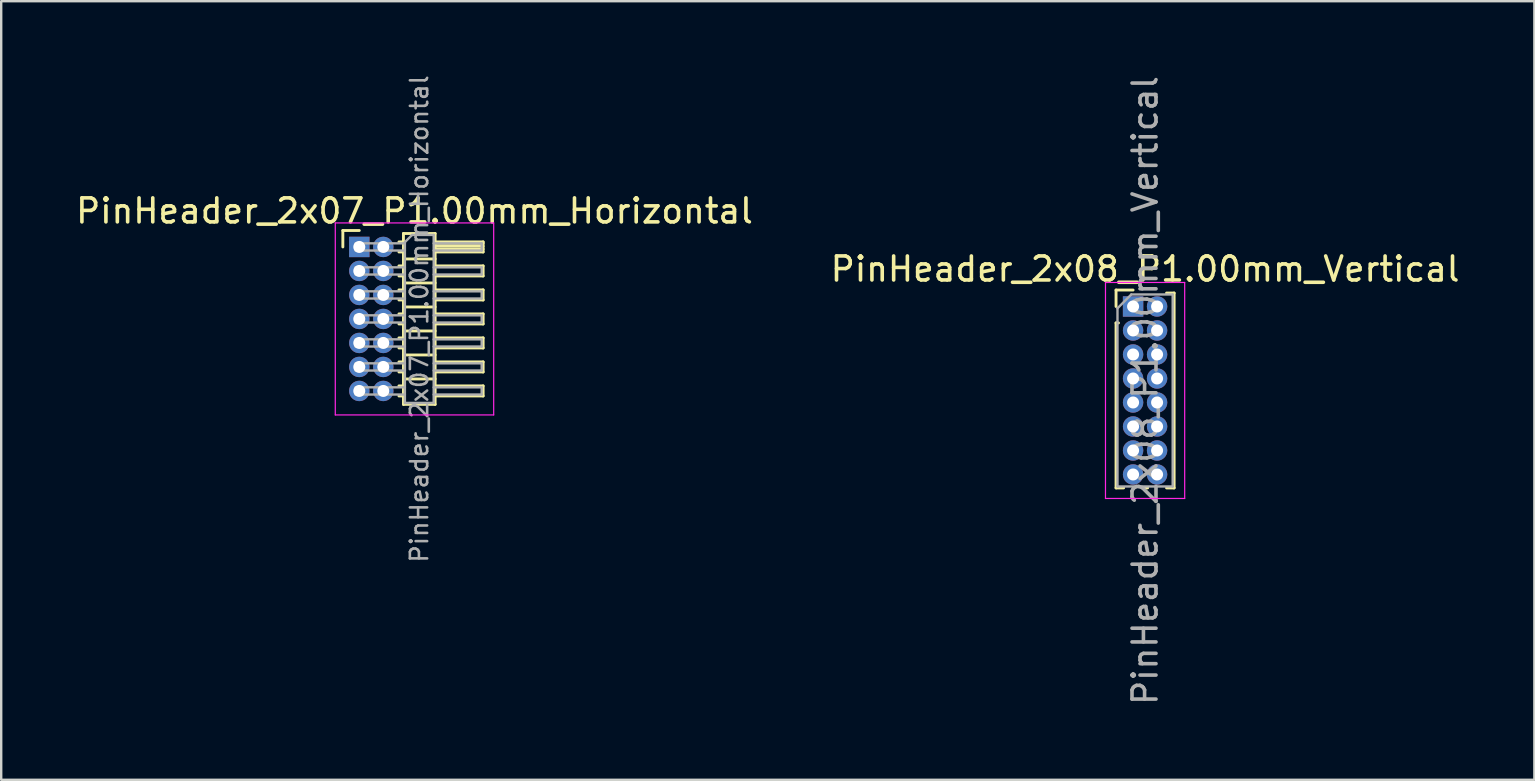
<source format=kicad_pcb>
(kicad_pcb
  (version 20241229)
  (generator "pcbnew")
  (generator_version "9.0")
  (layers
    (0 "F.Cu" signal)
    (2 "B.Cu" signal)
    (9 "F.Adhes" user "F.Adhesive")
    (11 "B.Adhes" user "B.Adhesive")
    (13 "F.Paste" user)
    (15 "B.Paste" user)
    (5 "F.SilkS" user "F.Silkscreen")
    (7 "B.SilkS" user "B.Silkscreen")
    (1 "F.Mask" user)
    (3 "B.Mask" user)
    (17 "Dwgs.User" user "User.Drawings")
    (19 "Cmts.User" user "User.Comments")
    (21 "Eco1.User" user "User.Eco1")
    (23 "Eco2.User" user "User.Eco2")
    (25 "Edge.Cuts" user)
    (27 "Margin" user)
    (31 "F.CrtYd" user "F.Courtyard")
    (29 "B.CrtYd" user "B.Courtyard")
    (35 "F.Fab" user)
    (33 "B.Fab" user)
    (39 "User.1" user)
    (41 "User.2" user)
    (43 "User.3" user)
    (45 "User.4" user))
  (footprint "PinHeader_2x08_P1.00mm_Vertical"
    (layer "F.Cu")
    (at 44.161 9.72)
    (property "Reference" "PinHeader_2x08_P1.00mm_Vertical" (at 0.5 -1.56 0) (layer "F.SilkS") (effects (font (size 1 1) (thickness 0.15))))
    (attr through_hole)
    (fp_line (start -0.71 -0.685) (end 0 -0.685) (stroke (width 0.12) (type solid)) (layer "F.SilkS"))
    (fp_line (start -0.71 0) (end -0.71 -0.685) (stroke (width 0.12) (type solid)) (layer "F.SilkS"))
    (fp_line (start -0.71 0.685) (end -0.71 7.56) (stroke (width 0.12) (type solid)) (layer "F.SilkS"))
    (fp_line (start -0.71 0.685) (end -0.608 0.685) (stroke (width 0.12) (type solid)) (layer "F.SilkS"))
    (fp_line (start -0.71 7.56) (end -0.394 7.56) (stroke (width 0.12) (type solid)) (layer "F.SilkS"))
    (fp_line (start 0.394 7.56) (end 0.606 7.56) (stroke (width 0.12) (type solid)) (layer "F.SilkS"))
    (fp_line (start 1.394 -0.56) (end 1.71 -0.56) (stroke (width 0.12) (type solid)) (layer "F.SilkS"))
    (fp_line (start 1.394 7.56) (end 1.71 7.56) (stroke (width 0.12) (type solid)) (layer "F.SilkS"))
    (fp_line (start 1.71 -0.56) (end 1.71 7.56) (stroke (width 0.12) (type solid)) (layer "F.SilkS"))
    (fp_line (start -1.15 -1) (end -1.15 8) (stroke (width 0.05) (type solid)) (layer "F.CrtYd"))
    (fp_line (start -1.15 8) (end 2.15 8) (stroke (width 0.05) (type solid)) (layer "F.CrtYd"))
    (fp_line (start 2.15 -1) (end -1.15 -1) (stroke (width 0.05) (type solid)) (layer "F.CrtYd"))
    (fp_line (start 2.15 8) (end 2.15 -1) (stroke (width 0.05) (type solid)) (layer "F.CrtYd"))
    (fp_line (start -0.65 0.075) (end -0.075 -0.5) (stroke (width 0.1) (type solid)) (layer "F.Fab"))
    (fp_line (start -0.65 7.5) (end -0.65 0.075) (stroke (width 0.1) (type solid)) (layer "F.Fab"))
    (fp_line (start -0.075 -0.5) (end 1.65 -0.5) (stroke (width 0.1) (type solid)) (layer "F.Fab"))
    (fp_line (start 1.65 -0.5) (end 1.65 7.5) (stroke (width 0.1) (type solid)) (layer "F.Fab"))
    (fp_line (start 1.65 7.5) (end -0.65 7.5) (stroke (width 0.1) (type solid)) (layer "F.Fab"))
    (fp_text user "${REFERENCE}" (at 0.5 3.5 90) (layer "F.Fab") (effects (font (size 1 1) (thickness 0.15))))
    (pad "1" thru_hole rect (at 0 0) (size 0.85 0.85) (drill 0.5) (layers "*.Cu" "*.Mask"))
    (pad "2" thru_hole oval (at 1 0) (size 0.85 0.85) (drill 0.5) (layers "*.Cu" "*.Mask"))
    (pad "3" thru_hole oval (at 0 1) (size 0.85 0.85) (drill 0.5) (layers "*.Cu" "*.Mask"))
    (pad "4" thru_hole oval (at 1 1) (size 0.85 0.85) (drill 0.5) (layers "*.Cu" "*.Mask"))
    (pad "5" thru_hole oval (at 0 2) (size 0.85 0.85) (drill 0.5) (layers "*.Cu" "*.Mask"))
    (pad "6" thru_hole oval (at 1 2) (size 0.85 0.85) (drill 0.5) (layers "*.Cu" "*.Mask"))
    (pad "7" thru_hole oval (at 0 3) (size 0.85 0.85) (drill 0.5) (layers "*.Cu" "*.Mask"))
    (pad "8" thru_hole oval (at 1 3) (size 0.85 0.85) (drill 0.5) (layers "*.Cu" "*.Mask"))
    (pad "9" thru_hole oval (at 0 4) (size 0.85 0.85) (drill 0.5) (layers "*.Cu" "*.Mask"))
    (pad "10" thru_hole oval (at 1 4) (size 0.85 0.85) (drill 0.5) (layers "*.Cu" "*.Mask"))
    (pad "11" thru_hole oval (at 0 5) (size 0.85 0.85) (drill 0.5) (layers "*.Cu" "*.Mask"))
    (pad "12" thru_hole oval (at 1 5) (size 0.85 0.85) (drill 0.5) (layers "*.Cu" "*.Mask"))
    (pad "13" thru_hole oval (at 0 6) (size 0.85 0.85) (drill 0.5) (layers "*.Cu" "*.Mask"))
    (pad "14" thru_hole oval (at 1 6) (size 0.85 0.85) (drill 0.5) (layers "*.Cu" "*.Mask"))
    (pad "15" thru_hole oval (at 0 7) (size 0.85 0.85) (drill 0.5) (layers "*.Cu" "*.Mask"))
    (pad "16" thru_hole oval (at 1 7) (size 0.85 0.85) (drill 0.5) (layers "*.Cu" "*.Mask")))
  (footprint "PinHeader_2x07_P1.00mm_Horizontal"
    (layer "F.Cu")
    (at 11.92 7.239)
    (property "Reference" "PinHeader_2x07_P1.00mm_Horizontal" (at 2.3 -1.5 0) (layer "F.SilkS") (effects (font (size 1 1) (thickness 0.15))))
    (attr through_hole)
    (fp_line (start -0.685 -0.685) (end 0 -0.685) (stroke (width 0.12) (type solid)) (layer "F.SilkS"))
    (fp_line (start -0.685 0) (end -0.685 -0.685) (stroke (width 0.12) (type solid)) (layer "F.SilkS"))
    (fp_line (start 1.652 -0.21) (end 1.84 -0.21) (stroke (width 0.12) (type solid)) (layer "F.SilkS"))
    (fp_line (start 1.652 0.21) (end 1.84 0.21) (stroke (width 0.12) (type solid)) (layer "F.SilkS"))
    (fp_line (start 1.652 0.79) (end 1.84 0.79) (stroke (width 0.12) (type solid)) (layer "F.SilkS"))
    (fp_line (start 1.652 1.21) (end 1.84 1.21) (stroke (width 0.12) (type solid)) (layer "F.SilkS"))
    (fp_line (start 1.652 1.79) (end 1.84 1.79) (stroke (width 0.12) (type solid)) (layer "F.SilkS"))
    (fp_line (start 1.652 2.21) (end 1.84 2.21) (stroke (width 0.12) (type solid)) (layer "F.SilkS"))
    (fp_line (start 1.652 2.79) (end 1.84 2.79) (stroke (width 0.12) (type solid)) (layer "F.SilkS"))
    (fp_line (start 1.652 3.21) (end 1.84 3.21) (stroke (width 0.12) (type solid)) (layer "F.SilkS"))
    (fp_line (start 1.652 3.79) (end 1.84 3.79) (stroke (width 0.12) (type solid)) (layer "F.SilkS"))
    (fp_line (start 1.652 4.21) (end 1.84 4.21) (stroke (width 0.12) (type solid)) (layer "F.SilkS"))
    (fp_line (start 1.652 4.79) (end 1.84 4.79) (stroke (width 0.12) (type solid)) (layer "F.SilkS"))
    (fp_line (start 1.652 5.21) (end 1.84 5.21) (stroke (width 0.12) (type solid)) (layer "F.SilkS"))
    (fp_line (start 1.652 5.79) (end 1.84 5.79) (stroke (width 0.12) (type solid)) (layer "F.SilkS"))
    (fp_line (start 1.652 6.21) (end 1.84 6.21) (stroke (width 0.12) (type solid)) (layer "F.SilkS"))
    (fp_line (start 1.84 -0.56) (end 1.84 6.56) (stroke (width 0.12) (type solid)) (layer "F.SilkS"))
    (fp_line (start 1.84 0.5) (end 3.16 0.5) (stroke (width 0.12) (type solid)) (layer "F.SilkS"))
    (fp_line (start 1.84 1.5) (end 3.16 1.5) (stroke (width 0.12) (type solid)) (layer "F.SilkS"))
    (fp_line (start 1.84 2.5) (end 3.16 2.5) (stroke (width 0.12) (type solid)) (layer "F.SilkS"))
    (fp_line (start 1.84 3.5) (end 3.16 3.5) (stroke (width 0.12) (type solid)) (layer "F.SilkS"))
    (fp_line (start 1.84 4.5) (end 3.16 4.5) (stroke (width 0.12) (type solid)) (layer "F.SilkS"))
    (fp_line (start 1.84 5.5) (end 3.16 5.5) (stroke (width 0.12) (type solid)) (layer "F.SilkS"))
    (fp_line (start 1.84 6.56) (end 3.16 6.56) (stroke (width 0.12) (type solid)) (layer "F.SilkS"))
    (fp_line (start 3.16 -0.56) (end 1.84 -0.56) (stroke (width 0.12) (type solid)) (layer "F.SilkS"))
    (fp_line (start 3.16 -0.21) (end 5.16 -0.21) (stroke (width 0.12) (type solid)) (layer "F.SilkS"))
    (fp_line (start 3.16 -0.15) (end 5.16 -0.15) (stroke (width 0.12) (type solid)) (layer "F.SilkS"))
    (fp_line (start 3.16 -0.03) (end 5.16 -0.03) (stroke (width 0.12) (type solid)) (layer "F.SilkS"))
    (fp_line (start 3.16 0.09) (end 5.16 0.09) (stroke (width 0.12) (type solid)) (layer "F.SilkS"))
    (fp_line (start 3.16 0.79) (end 5.16 0.79) (stroke (width 0.12) (type solid)) (layer "F.SilkS"))
    (fp_line (start 3.16 1.79) (end 5.16 1.79) (stroke (width 0.12) (type solid)) (layer "F.SilkS"))
    (fp_line (start 3.16 2.79) (end 5.16 2.79) (stroke (width 0.12) (type solid)) (layer "F.SilkS"))
    (fp_line (start 3.16 3.79) (end 5.16 3.79) (stroke (width 0.12) (type solid)) (layer "F.SilkS"))
    (fp_line (start 3.16 4.79) (end 5.16 4.79) (stroke (width 0.12) (type solid)) (layer "F.SilkS"))
    (fp_line (start 3.16 5.79) (end 5.16 5.79) (stroke (width 0.12) (type solid)) (layer "F.SilkS"))
    (fp_line (start 3.16 6.56) (end 3.16 -0.56) (stroke (width 0.12) (type solid)) (layer "F.SilkS"))
    (fp_line (start 5.16 -0.21) (end 5.16 0.21) (stroke (width 0.12) (type solid)) (layer "F.SilkS"))
    (fp_line (start 5.16 0.21) (end 3.16 0.21) (stroke (width 0.12) (type solid)) (layer "F.SilkS"))
    (fp_line (start 5.16 0.79) (end 5.16 1.21) (stroke (width 0.12) (type solid)) (layer "F.SilkS"))
    (fp_line (start 5.16 1.21) (end 3.16 1.21) (stroke (width 0.12) (type solid)) (layer "F.SilkS"))
    (fp_line (start 5.16 1.79) (end 5.16 2.21) (stroke (width 0.12) (type solid)) (layer "F.SilkS"))
    (fp_line (start 5.16 2.21) (end 3.16 2.21) (stroke (width 0.12) (type solid)) (layer "F.SilkS"))
    (fp_line (start 5.16 2.79) (end 5.16 3.21) (stroke (width 0.12) (type solid)) (layer "F.SilkS"))
    (fp_line (start 5.16 3.21) (end 3.16 3.21) (stroke (width 0.12) (type solid)) (layer "F.SilkS"))
    (fp_line (start 5.16 3.79) (end 5.16 4.21) (stroke (width 0.12) (type solid)) (layer "F.SilkS"))
    (fp_line (start 5.16 4.21) (end 3.16 4.21) (stroke (width 0.12) (type solid)) (layer "F.SilkS"))
    (fp_line (start 5.16 4.79) (end 5.16 5.21) (stroke (width 0.12) (type solid)) (layer "F.SilkS"))
    (fp_line (start 5.16 5.21) (end 3.16 5.21) (stroke (width 0.12) (type solid)) (layer "F.SilkS"))
    (fp_line (start 5.16 5.79) (end 5.16 6.21) (stroke (width 0.12) (type solid)) (layer "F.SilkS"))
    (fp_line (start 5.16 6.21) (end 3.16 6.21) (stroke (width 0.12) (type solid)) (layer "F.SilkS"))
    (fp_line (start -1 -1) (end -1 7) (stroke (width 0.05) (type solid)) (layer "F.CrtYd"))
    (fp_line (start -1 7) (end 5.6 7) (stroke (width 0.05) (type solid)) (layer "F.CrtYd"))
    (fp_line (start 5.6 -1) (end -1 -1) (stroke (width 0.05) (type solid)) (layer "F.CrtYd"))
    (fp_line (start 5.6 7) (end 5.6 -1) (stroke (width 0.05) (type solid)) (layer "F.CrtYd"))
    (fp_line (start -0.15 -0.15) (end -0.15 0.15) (stroke (width 0.1) (type solid)) (layer "F.Fab"))
    (fp_line (start -0.15 -0.15) (end 1.9 -0.15) (stroke (width 0.1) (type solid)) (layer "F.Fab"))
    (fp_line (start -0.15 0.15) (end 1.9 0.15) (stroke (width 0.1) (type solid)) (layer "F.Fab"))
    (fp_line (start -0.15 0.85) (end -0.15 1.15) (stroke (width 0.1) (type solid)) (layer "F.Fab"))
    (fp_line (start -0.15 0.85) (end 1.9 0.85) (stroke (width 0.1) (type solid)) (layer "F.Fab"))
    (fp_line (start -0.15 1.15) (end 1.9 1.15) (stroke (width 0.1) (type solid)) (layer "F.Fab"))
    (fp_line (start -0.15 1.85) (end -0.15 2.15) (stroke (width 0.1) (type solid)) (layer "F.Fab"))
    (fp_line (start -0.15 1.85) (end 1.9 1.85) (stroke (width 0.1) (type solid)) (layer "F.Fab"))
    (fp_line (start -0.15 2.15) (end 1.9 2.15) (stroke (width 0.1) (type solid)) (layer "F.Fab"))
    (fp_line (start -0.15 2.85) (end -0.15 3.15) (stroke (width 0.1) (type solid)) (layer "F.Fab"))
    (fp_line (start -0.15 2.85) (end 1.9 2.85) (stroke (width 0.1) (type solid)) (layer "F.Fab"))
    (fp_line (start -0.15 3.15) (end 1.9 3.15) (stroke (width 0.1) (type solid)) (layer "F.Fab"))
    (fp_line (start -0.15 3.85) (end -0.15 4.15) (stroke (width 0.1) (type solid)) (layer "F.Fab"))
    (fp_line (start -0.15 3.85) (end 1.9 3.85) (stroke (width 0.1) (type solid)) (layer "F.Fab"))
    (fp_line (start -0.15 4.15) (end 1.9 4.15) (stroke (width 0.1) (type solid)) (layer "F.Fab"))
    (fp_line (start -0.15 4.85) (end -0.15 5.15) (stroke (width 0.1) (type solid)) (layer "F.Fab"))
    (fp_line (start -0.15 4.85) (end 1.9 4.85) (stroke (width 0.1) (type solid)) (layer "F.Fab"))
    (fp_line (start -0.15 5.15) (end 1.9 5.15) (stroke (width 0.1) (type solid)) (layer "F.Fab"))
    (fp_line (start -0.15 5.85) (end -0.15 6.15) (stroke (width 0.1) (type solid)) (layer "F.Fab"))
    (fp_line (start -0.15 5.85) (end 1.9 5.85) (stroke (width 0.1) (type solid)) (layer "F.Fab"))
    (fp_line (start -0.15 6.15) (end 1.9 6.15) (stroke (width 0.1) (type solid)) (layer "F.Fab"))
    (fp_line (start 1.9 -0.2) (end 2.2 -0.5) (stroke (width 0.1) (type solid)) (layer "F.Fab"))
    (fp_line (start 1.9 6.5) (end 1.9 -0.2) (stroke (width 0.1) (type solid)) (layer "F.Fab"))
    (fp_line (start 2.2 -0.5) (end 3.1 -0.5) (stroke (width 0.1) (type solid)) (layer "F.Fab"))
    (fp_line (start 3.1 -0.5) (end 3.1 6.5) (stroke (width 0.1) (type solid)) (layer "F.Fab"))
    (fp_line (start 3.1 -0.15) (end 5.1 -0.15) (stroke (width 0.1) (type solid)) (layer "F.Fab"))
    (fp_line (start 3.1 0.15) (end 5.1 0.15) (stroke (width 0.1) (type solid)) (layer "F.Fab"))
    (fp_line (start 3.1 0.85) (end 5.1 0.85) (stroke (width 0.1) (type solid)) (layer "F.Fab"))
    (fp_line (start 3.1 1.15) (end 5.1 1.15) (stroke (width 0.1) (type solid)) (layer "F.Fab"))
    (fp_line (start 3.1 1.85) (end 5.1 1.85) (stroke (width 0.1) (type solid)) (layer "F.Fab"))
    (fp_line (start 3.1 2.15) (end 5.1 2.15) (stroke (width 0.1) (type solid)) (layer "F.Fab"))
    (fp_line (start 3.1 2.85) (end 5.1 2.85) (stroke (width 0.1) (type solid)) (layer "F.Fab"))
    (fp_line (start 3.1 3.15) (end 5.1 3.15) (stroke (width 0.1) (type solid)) (layer "F.Fab"))
    (fp_line (start 3.1 3.85) (end 5.1 3.85) (stroke (width 0.1) (type solid)) (layer "F.Fab"))
    (fp_line (start 3.1 4.15) (end 5.1 4.15) (stroke (width 0.1) (type solid)) (layer "F.Fab"))
    (fp_line (start 3.1 4.85) (end 5.1 4.85) (stroke (width 0.1) (type solid)) (layer "F.Fab"))
    (fp_line (start 3.1 5.15) (end 5.1 5.15) (stroke (width 0.1) (type solid)) (layer "F.Fab"))
    (fp_line (start 3.1 5.85) (end 5.1 5.85) (stroke (width 0.1) (type solid)) (layer "F.Fab"))
    (fp_line (start 3.1 6.15) (end 5.1 6.15) (stroke (width 0.1) (type solid)) (layer "F.Fab"))
    (fp_line (start 3.1 6.5) (end 1.9 6.5) (stroke (width 0.1) (type solid)) (layer "F.Fab"))
    (fp_line (start 5.1 -0.15) (end 5.1 0.15) (stroke (width 0.1) (type solid)) (layer "F.Fab"))
    (fp_line (start 5.1 0.85) (end 5.1 1.15) (stroke (width 0.1) (type solid)) (layer "F.Fab"))
    (fp_line (start 5.1 1.85) (end 5.1 2.15) (stroke (width 0.1) (type solid)) (layer "F.Fab"))
    (fp_line (start 5.1 2.85) (end 5.1 3.15) (stroke (width 0.1) (type solid)) (layer "F.Fab"))
    (fp_line (start 5.1 3.85) (end 5.1 4.15) (stroke (width 0.1) (type solid)) (layer "F.Fab"))
    (fp_line (start 5.1 4.85) (end 5.1 5.15) (stroke (width 0.1) (type solid)) (layer "F.Fab"))
    (fp_line (start 5.1 5.85) (end 5.1 6.15) (stroke (width 0.1) (type solid)) (layer "F.Fab"))
    (fp_text user "${REFERENCE}" (at 2.5 3 90) (layer "F.Fab") (effects (font (size 0.72 0.72) (thickness 0.108))))
    (pad "1" thru_hole rect (at 0 0) (size 0.85 0.85) (drill 0.5) (layers "*.Cu" "*.Mask"))
    (pad "2" thru_hole oval (at 1 0) (size 0.85 0.85) (drill 0.5) (layers "*.Cu" "*.Mask"))
    (pad "3" thru_hole oval (at 0 1) (size 0.85 0.85) (drill 0.5) (layers "*.Cu" "*.Mask"))
    (pad "4" thru_hole oval (at 1 1) (size 0.85 0.85) (drill 0.5) (layers "*.Cu" "*.Mask"))
    (pad "5" thru_hole oval (at 0 2) (size 0.85 0.85) (drill 0.5) (layers "*.Cu" "*.Mask"))
    (pad "6" thru_hole oval (at 1 2) (size 0.85 0.85) (drill 0.5) (layers "*.Cu" "*.Mask"))
    (pad "7" thru_hole oval (at 0 3) (size 0.85 0.85) (drill 0.5) (layers "*.Cu" "*.Mask"))
    (pad "8" thru_hole oval (at 1 3) (size 0.85 0.85) (drill 0.5) (layers "*.Cu" "*.Mask"))
    (pad "9" thru_hole oval (at 0 4) (size 0.85 0.85) (drill 0.5) (layers "*.Cu" "*.Mask"))
    (pad "10" thru_hole oval (at 1 4) (size 0.85 0.85) (drill 0.5) (layers "*.Cu" "*.Mask"))
    (pad "11" thru_hole oval (at 0 5) (size 0.85 0.85) (drill 0.5) (layers "*.Cu" "*.Mask"))
    (pad "12" thru_hole oval (at 1 5) (size 0.85 0.85) (drill 0.5) (layers "*.Cu" "*.Mask"))
    (pad "13" thru_hole oval (at 0 6) (size 0.85 0.85) (drill 0.5) (layers "*.Cu" "*.Mask"))
    (pad "14" thru_hole oval (at 1 6) (size 0.85 0.85) (drill 0.5) (layers "*.Cu" "*.Mask")))
  (gr_rect
    (start -3 -3)
    (end 60.881 29.44)
    (stroke (width 0.1) (type default))
    (fill no)
    (layer "Edge.Cuts")))
</source>
